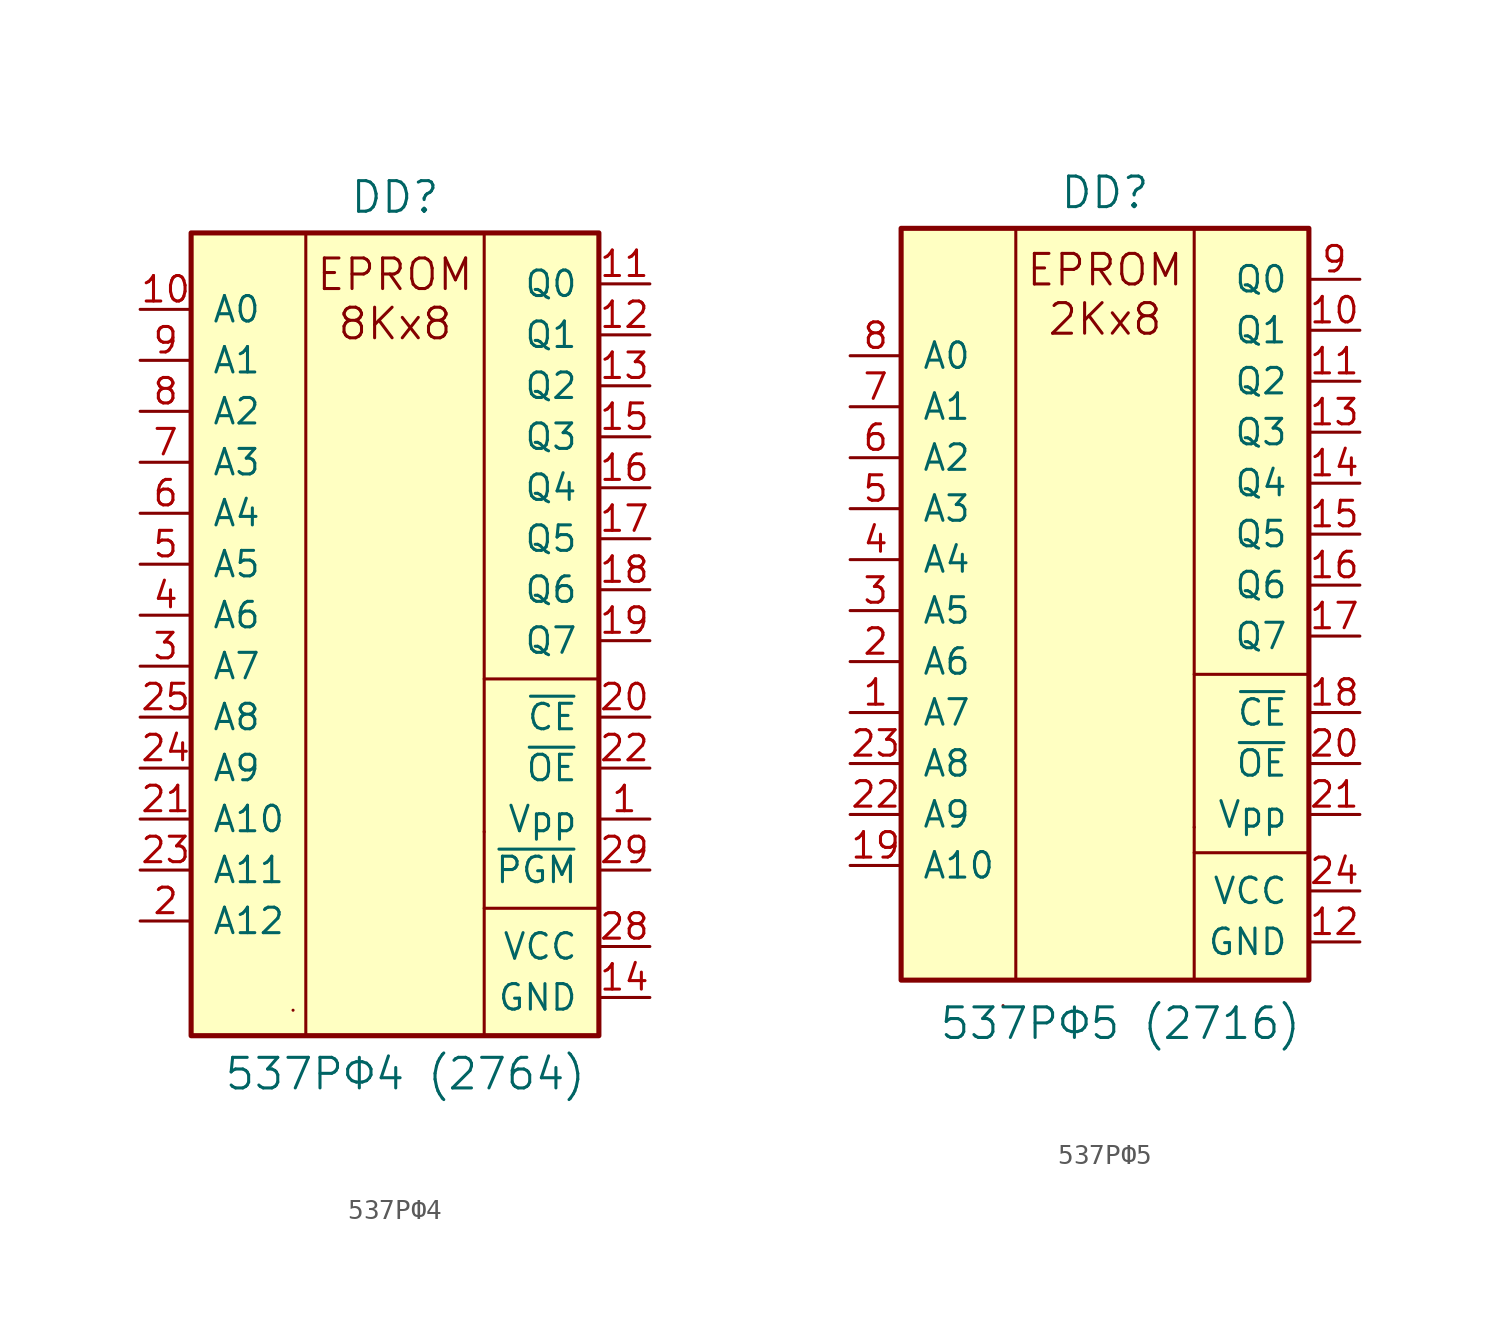
<source format=kicad_sym>
(kicad_symbol_lib
  (version 20231120)
  (generator "kicad_symbol_editor")
  (generator_version "8.0")
  (symbol "537РФ4"
    (pin_names
      (offset 1.016))
    (property "Reference" "DD"
      (at 0 22.098 0)
      (effects (font (size 1.524 1.524))))
    (property "Value" "537РФ4 (2764)"
      (at 0.508 -21.59 0)
      (effects (font (size 1.524 1.524))))
    (symbol "537РФ4_0_1"
      (polyline (pts (xy -5.08 -18.415) (xy -5.08 -18.415)) (stroke (width 0) (type default)) (fill (type none)))
      (polyline (pts (xy -4.445 20.32) (xy -4.445 -19.685)) (stroke (width 0) (type default)) (fill (type none)))
      (polyline (pts (xy 4.445 -9.525) (xy 4.445 -9.525)) (stroke (width 0) (type default)) (fill (type none)))
      (polyline (pts (xy 4.445 20.32) (xy 4.445 -19.685)) (stroke (width 0) (type default)) (fill (type none)))
      (polyline (pts (xy 10.16 -13.335) (xy 4.445 -13.335)) (stroke (width 0) (type default)) (fill (type none)))
      (polyline (pts (xy 10.16 -1.905) (xy 4.445 -1.905)) (stroke (width 0) (type default)) (fill (type none))))
    (symbol "537РФ4_1_0"
      (text "EPROM\n8Kx8" (at 0 17.018 0) (effects (font (size 1.524 1.524))))
      (pin power_in line (at 12.7 -17.78 180) (length 2.54) (name "GND" (effects (font (size 1.27 1.27)))) (number "14" (effects (font (size 1.27 1.27)))))
      (pin power_in line (at 12.7 -15.24 180) (length 2.54) (name "VCC" (effects (font (size 1.27 1.27)))) (number "28" (effects (font (size 1.27 1.27))))))
    (symbol "537РФ4_1_1"
      (rectangle (start -10.16 20.32) (end 10.16 -19.685) (stroke (width 0.254) (type default)) (fill (type background)))
      (pin input line (at 12.7 -8.89 180) (length 2.54) (name "Vpp" (effects (font (size 1.27 1.27)))) (number "1" (effects (font (size 1.27 1.27)))))
      (pin input line (at -12.7 16.51 0) (length 2.54) (name "A0" (effects (font (size 1.27 1.27)))) (number "10" (effects (font (size 1.27 1.27)))))
      (pin tri_state line (at 12.7 17.78 180) (length 2.54) (name "Q0" (effects (font (size 1.27 1.27)))) (number "11" (effects (font (size 1.27 1.27)))))
      (pin tri_state line (at 12.7 15.24 180) (length 2.54) (name "Q1" (effects (font (size 1.27 1.27)))) (number "12" (effects (font (size 1.27 1.27)))))
      (pin tri_state line (at 12.7 12.7 180) (length 2.54) (name "Q2" (effects (font (size 1.27 1.27)))) (number "13" (effects (font (size 1.27 1.27)))))
      (pin tri_state line (at 12.7 10.16 180) (length 2.54) (name "Q3" (effects (font (size 1.27 1.27)))) (number "15" (effects (font (size 1.27 1.27)))))
      (pin tri_state line (at 12.7 7.62 180) (length 2.54) (name "Q4" (effects (font (size 1.27 1.27)))) (number "16" (effects (font (size 1.27 1.27)))))
      (pin tri_state line (at 12.7 5.08 180) (length 2.54) (name "Q5" (effects (font (size 1.27 1.27)))) (number "17" (effects (font (size 1.27 1.27)))))
      (pin tri_state line (at 12.7 2.54 180) (length 2.54) (name "Q6" (effects (font (size 1.27 1.27)))) (number "18" (effects (font (size 1.27 1.27)))))
      (pin tri_state line (at 12.7 0 180) (length 2.54) (name "Q7" (effects (font (size 1.27 1.27)))) (number "19" (effects (font (size 1.27 1.27)))))
      (pin input line (at -12.7 -13.97 0) (length 2.54) (name "A12" (effects (font (size 1.27 1.27)))) (number "2" (effects (font (size 1.27 1.27)))))
      (pin input line (at 12.7 -3.81 180) (length 2.54) (name "~{CE}" (effects (font (size 1.27 1.27)))) (number "20" (effects (font (size 1.27 1.27)))))
      (pin input line (at -12.7 -8.89 0) (length 2.54) (name "A10" (effects (font (size 1.27 1.27)))) (number "21" (effects (font (size 1.27 1.27)))))
      (pin input line (at 12.7 -6.35 180) (length 2.54) (name "~{OE}" (effects (font (size 1.27 1.27)))) (number "22" (effects (font (size 1.27 1.27)))))
      (pin input line (at -12.7 -11.43 0) (length 2.54) (name "A11" (effects (font (size 1.27 1.27)))) (number "23" (effects (font (size 1.27 1.27)))))
      (pin input line (at -12.7 -6.35 0) (length 2.54) (name "A9" (effects (font (size 1.27 1.27)))) (number "24" (effects (font (size 1.27 1.27)))))
      (pin input line (at -12.7 -3.81 0) (length 2.54) (name "A8" (effects (font (size 1.27 1.27)))) (number "25" (effects (font (size 1.27 1.27)))))
      (pin input line (at 12.7 -11.43 180) (length 2.54) (name "~{PGM}" (effects (font (size 1.27 1.27)))) (number "29" (effects (font (size 1.27 1.27)))))
      (pin input line (at -12.7 -1.27 0) (length 2.54) (name "A7" (effects (font (size 1.27 1.27)))) (number "3" (effects (font (size 1.27 1.27)))))
      (pin input line (at -12.7 1.27 0) (length 2.54) (name "A6" (effects (font (size 1.27 1.27)))) (number "4" (effects (font (size 1.27 1.27)))))
      (pin input line (at -12.7 3.81 0) (length 2.54) (name "A5" (effects (font (size 1.27 1.27)))) (number "5" (effects (font (size 1.27 1.27)))))
      (pin input line (at -12.7 6.35 0) (length 2.54) (name "A4" (effects (font (size 1.27 1.27)))) (number "6" (effects (font (size 1.27 1.27)))))
      (pin input line (at -12.7 8.89 0) (length 2.54) (name "A3" (effects (font (size 1.27 1.27)))) (number "7" (effects (font (size 1.27 1.27)))))
      (pin input line (at -12.7 11.43 0) (length 2.54) (name "A2" (effects (font (size 1.27 1.27)))) (number "8" (effects (font (size 1.27 1.27)))))
      (pin input line (at -12.7 13.97 0) (length 2.54) (name "A1" (effects (font (size 1.27 1.27)))) (number "9" (effects (font (size 1.27 1.27)))))))
  (symbol "537РФ5"
    (pin_names
      (offset 1.016))
    (property "Reference" "DD"
      (at 0 20.828 0)
      (effects (font (size 1.524 1.524))))
    (property "Value" "537РФ5 (2716)"
      (at 0.762 -20.574 0)
      (effects (font (size 1.524 1.524))))
    (symbol "537РФ5_0_1"
      (polyline (pts (xy -5.08 -19.685) (xy -5.08 -19.685)) (stroke (width 0) (type default)) (fill (type none)))
      (polyline (pts (xy -4.445 19.05) (xy -4.445 -18.415)) (stroke (width 0) (type default)) (fill (type none)))
      (polyline (pts (xy 4.445 -10.795) (xy 4.445 -10.795)) (stroke (width 0) (type default)) (fill (type none)))
      (polyline (pts (xy 4.445 19.05) (xy 4.445 -18.415)) (stroke (width 0) (type default)) (fill (type none)))
      (polyline (pts (xy 10.16 -12.065) (xy 4.445 -12.065)) (stroke (width 0) (type default)) (fill (type none)))
      (polyline (pts (xy 10.16 -3.175) (xy 4.445 -3.175)) (stroke (width 0) (type default)) (fill (type none))))
    (symbol "537РФ5_1_0"
      (text "EPROM\n2Kx8" (at 0 15.748 0) (effects (font (size 1.524 1.524))))
      (pin power_in line (at 12.7 -16.51 180) (length 2.54) (name "GND" (effects (font (size 1.27 1.27)))) (number "12" (effects (font (size 1.27 1.27)))))
      (pin power_in line (at 12.7 -13.97 180) (length 2.54) (name "VCC" (effects (font (size 1.27 1.27)))) (number "24" (effects (font (size 1.27 1.27))))))
    (symbol "537РФ5_1_1"
      (rectangle (start -10.16 19.05) (end 10.16 -18.415) (stroke (width 0.254) (type default)) (fill (type background)))
      (pin input line (at -12.7 -5.08 0) (length 2.54) (name "A7" (effects (font (size 1.27 1.27)))) (number "1" (effects (font (size 1.27 1.27)))))
      (pin tri_state line (at 12.7 13.97 180) (length 2.54) (name "Q1" (effects (font (size 1.27 1.27)))) (number "10" (effects (font (size 1.27 1.27)))))
      (pin tri_state line (at 12.7 11.43 180) (length 2.54) (name "Q2" (effects (font (size 1.27 1.27)))) (number "11" (effects (font (size 1.27 1.27)))))
      (pin tri_state line (at 12.7 8.89 180) (length 2.54) (name "Q3" (effects (font (size 1.27 1.27)))) (number "13" (effects (font (size 1.27 1.27)))))
      (pin tri_state line (at 12.7 6.35 180) (length 2.54) (name "Q4" (effects (font (size 1.27 1.27)))) (number "14" (effects (font (size 1.27 1.27)))))
      (pin tri_state line (at 12.7 3.81 180) (length 2.54) (name "Q5" (effects (font (size 1.27 1.27)))) (number "15" (effects (font (size 1.27 1.27)))))
      (pin tri_state line (at 12.7 1.27 180) (length 2.54) (name "Q6" (effects (font (size 1.27 1.27)))) (number "16" (effects (font (size 1.27 1.27)))))
      (pin tri_state line (at 12.7 -1.27 180) (length 2.54) (name "Q7" (effects (font (size 1.27 1.27)))) (number "17" (effects (font (size 1.27 1.27)))))
      (pin input line (at 12.7 -5.08 180) (length 2.54) (name "~{CE}" (effects (font (size 1.27 1.27)))) (number "18" (effects (font (size 1.27 1.27)))))
      (pin input line (at -12.7 -12.7 0) (length 2.54) (name "A10" (effects (font (size 1.27 1.27)))) (number "19" (effects (font (size 1.27 1.27)))))
      (pin input line (at -12.7 -2.54 0) (length 2.54) (name "A6" (effects (font (size 1.27 1.27)))) (number "2" (effects (font (size 1.27 1.27)))))
      (pin input line (at 12.7 -7.62 180) (length 2.54) (name "~{OE}" (effects (font (size 1.27 1.27)))) (number "20" (effects (font (size 1.27 1.27)))))
      (pin input line (at 12.7 -10.16 180) (length 2.54) (name "Vpp" (effects (font (size 1.27 1.27)))) (number "21" (effects (font (size 1.27 1.27)))))
      (pin input line (at -12.7 -10.16 0) (length 2.54) (name "A9" (effects (font (size 1.27 1.27)))) (number "22" (effects (font (size 1.27 1.27)))))
      (pin input line (at -12.7 -7.62 0) (length 2.54) (name "A8" (effects (font (size 1.27 1.27)))) (number "23" (effects (font (size 1.27 1.27)))))
      (pin input line (at -12.7 0 0) (length 2.54) (name "A5" (effects (font (size 1.27 1.27)))) (number "3" (effects (font (size 1.27 1.27)))))
      (pin input line (at -12.7 2.54 0) (length 2.54) (name "A4" (effects (font (size 1.27 1.27)))) (number "4" (effects (font (size 1.27 1.27)))))
      (pin input line (at -12.7 5.08 0) (length 2.54) (name "A3" (effects (font (size 1.27 1.27)))) (number "5" (effects (font (size 1.27 1.27)))))
      (pin input line (at -12.7 7.62 0) (length 2.54) (name "A2" (effects (font (size 1.27 1.27)))) (number "6" (effects (font (size 1.27 1.27)))))
      (pin input line (at -12.7 10.16 0) (length 2.54) (name "A1" (effects (font (size 1.27 1.27)))) (number "7" (effects (font (size 1.27 1.27)))))
      (pin input line (at -12.7 12.7 0) (length 2.54) (name "A0" (effects (font (size 1.27 1.27)))) (number "8" (effects (font (size 1.27 1.27)))))
      (pin tri_state line (at 12.7 16.51 180) (length 2.54) (name "Q0" (effects (font (size 1.27 1.27)))) (number "9" (effects (font (size 1.27 1.27))))))))
</source>
